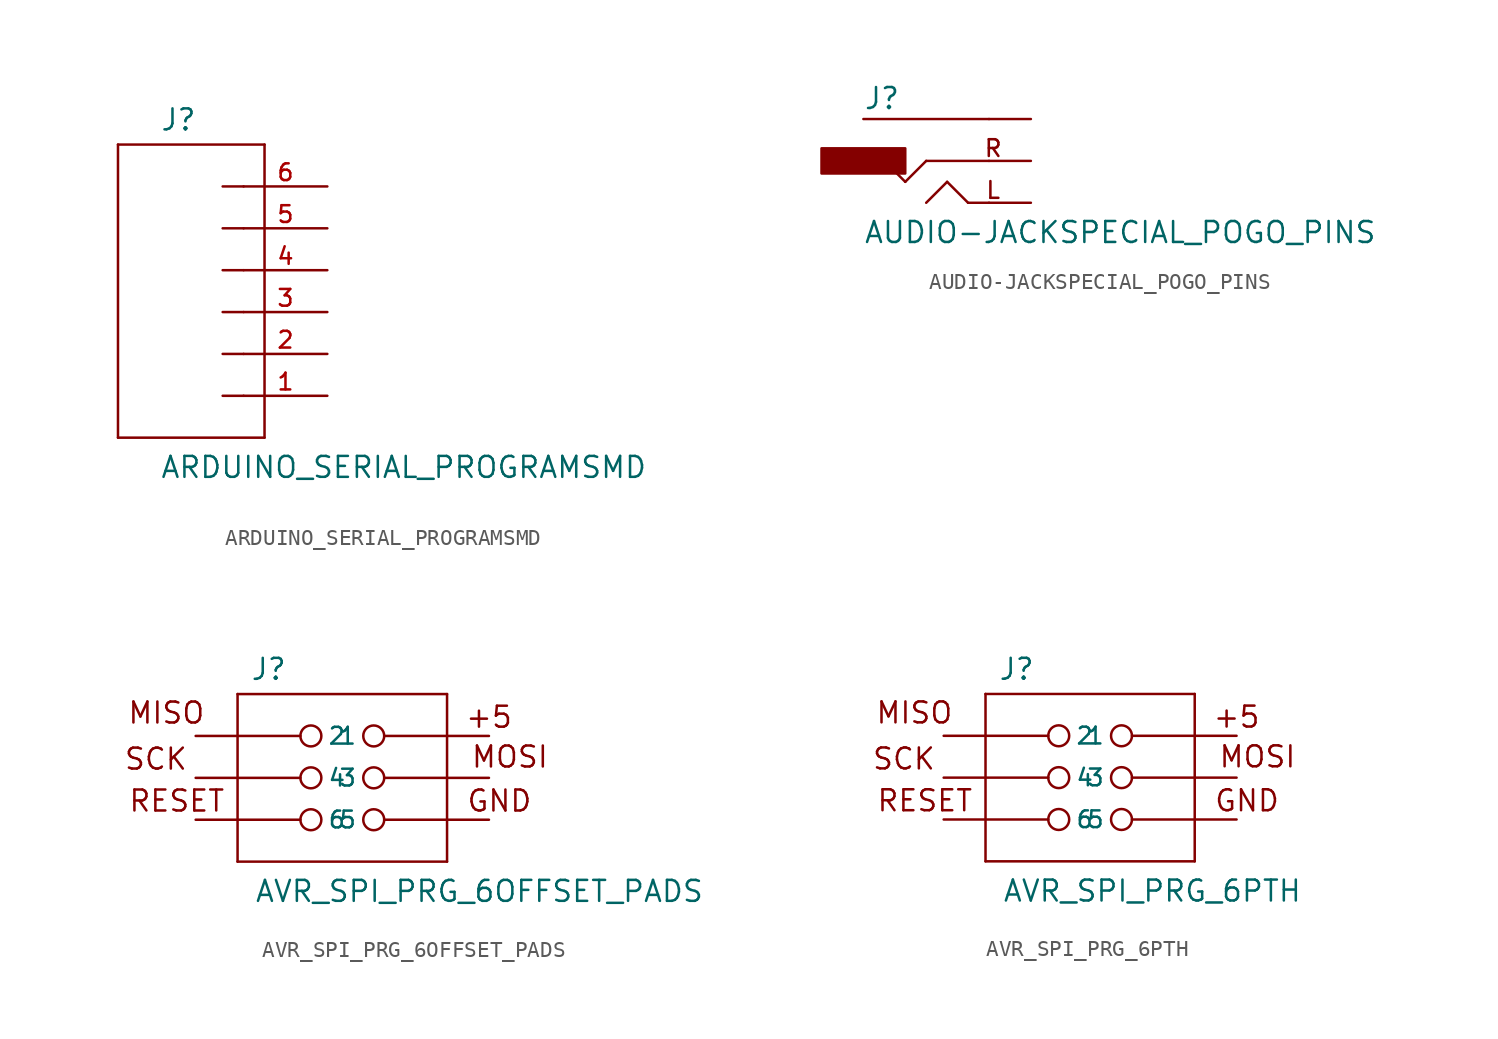
<source format=kicad_sym>
(kicad_symbol_lib
  (version 20211014)
  (generator kicad_symbol_editor)
  (symbol "ARDUINO_SERIAL_PROGRAMSMD"
    (pin_names
      (offset 1.016) hide)
    (property "Reference" "J"
      (at -5.08 10.922 0)
      (effects (font (size 1.27 1.27)) (justify left bottom)))
    (property "Value" "ARDUINO_SERIAL_PROGRAMSMD"
      (at -5.08 -10.16 0)
      (effects (font (size 1.27 1.27)) (justify left bottom)))
    (property "Datasheet" ""
      (at 0 0 0)
      (effects (font (size 1.524 1.524))))
    (property "ki_locked" ""
      (at 0 0 0)
      (effects (font (size 1.27 1.27))))
    (symbol "ARDUINO_SERIAL_PROGRAMSMD_1_0"
      (polyline (pts (xy -7.62 10.16) (xy -7.62 -7.62)) (stroke (width 0) (type default) (color 0 0 0 0)) (fill (type none)))
      (polyline (pts (xy -7.62 10.16) (xy 1.27 10.16)) (stroke (width 0) (type default) (color 0 0 0 0)) (fill (type none)))
      (polyline (pts (xy -1.27 -5.08) (xy 0 -5.08)) (stroke (width 0) (type default) (color 0 0 0 0)) (fill (type none)))
      (polyline (pts (xy -1.27 -2.54) (xy 0 -2.54)) (stroke (width 0) (type default) (color 0 0 0 0)) (fill (type none)))
      (polyline (pts (xy -1.27 0) (xy 0 0)) (stroke (width 0) (type default) (color 0 0 0 0)) (fill (type none)))
      (polyline (pts (xy -1.27 2.54) (xy 0 2.54)) (stroke (width 0) (type default) (color 0 0 0 0)) (fill (type none)))
      (polyline (pts (xy -1.27 5.08) (xy 0 5.08)) (stroke (width 0) (type default) (color 0 0 0 0)) (fill (type none)))
      (polyline (pts (xy -1.27 7.62) (xy 0 7.62)) (stroke (width 0) (type default) (color 0 0 0 0)) (fill (type none)))
      (polyline (pts (xy 1.27 -7.62) (xy -7.62 -7.62)) (stroke (width 0) (type default) (color 0 0 0 0)) (fill (type none)))
      (polyline (pts (xy 1.27 -7.62) (xy 1.27 10.16)) (stroke (width 0) (type default) (color 0 0 0 0)) (fill (type none))))
    (symbol "ARDUINO_SERIAL_PROGRAMSMD_1_1"
      (pin passive line (at 5.08 -5.08 180) (length 5.08) (name "DTR" (effects (font (size 1.016 1.016)))) (number "1" (effects (font (size 1.016 1.016)))))
      (pin passive line (at 5.08 -2.54 180) (length 5.08) (name "RXI" (effects (font (size 1.016 1.016)))) (number "2" (effects (font (size 1.016 1.016)))))
      (pin passive line (at 5.08 0 180) (length 5.08) (name "TXO" (effects (font (size 1.016 1.016)))) (number "3" (effects (font (size 1.016 1.016)))))
      (pin passive line (at 5.08 2.54 180) (length 5.08) (name "VCC" (effects (font (size 1.016 1.016)))) (number "4" (effects (font (size 1.016 1.016)))))
      (pin passive line (at 5.08 5.08 180) (length 5.08) (name "CTS" (effects (font (size 1.016 1.016)))) (number "5" (effects (font (size 1.016 1.016)))))
      (pin passive line (at 5.08 7.62 180) (length 5.08) (name "GND" (effects (font (size 1.016 1.016)))) (number "6" (effects (font (size 1.016 1.016)))))))
  (symbol "AUDIO-JACKSPECIAL_POGO_PINS"
    (pin_numbers hide)
    (pin_names
      (offset 1.016) hide)
    (property "Reference" "J"
      (at -5.08 3.048 0)
      (effects (font (size 1.27 1.27)) (justify left bottom)))
    (property "Value" "AUDIO-JACKSPECIAL_POGO_PINS"
      (at -5.08 -5.08 0)
      (effects (font (size 1.27 1.27)) (justify left bottom)))
    (property "Datasheet" ""
      (at 0 0 0)
      (effects (font (size 1.524 1.524))))
    (property "ki_locked" ""
      (at 0 0 0)
      (effects (font (size 1.27 1.27))))
    (symbol "AUDIO-JACKSPECIAL_POGO_PINS_1_0"
      (polyline (pts (xy -2.54 -1.27) (xy -3.81 0)) (stroke (width 0) (type default) (color 0 0 0 0)) (fill (type none)))
      (polyline (pts (xy -1.27 -2.54) (xy 0 -1.27)) (stroke (width 0) (type default) (color 0 0 0 0)) (fill (type none)))
      (polyline (pts (xy -1.27 0) (xy -2.54 -1.27)) (stroke (width 0) (type default) (color 0 0 0 0)) (fill (type none)))
      (polyline (pts (xy 0 -1.27) (xy 1.27 -2.54)) (stroke (width 0) (type default) (color 0 0 0 0)) (fill (type none)))
      (polyline (pts (xy 1.27 -2.54) (xy 2.54 -2.54)) (stroke (width 0) (type default) (color 0 0 0 0)) (fill (type none)))
      (polyline (pts (xy 2.54 0) (xy -1.27 0)) (stroke (width 0) (type default) (color 0 0 0 0)) (fill (type none)))
      (polyline (pts (xy 2.54 2.54) (xy -5.08 2.54)) (stroke (width 0) (type default) (color 0 0 0 0)) (fill (type none)))
      (text "L" (at 2.794 -1.778 0) (effects (font (size 1.016 1.016))))
      (text "R" (at 2.794 0.762 0) (effects (font (size 1.016 1.016)))))
    (symbol "AUDIO-JACKSPECIAL_POGO_PINS_1_1"
      (rectangle (start -7.62 -0.762) (end -2.54 0.762) (stroke (width 0) (type default) (color 0 0 0 0)) (fill (type outline)))
      (pin bidirectional line (at 5.08 2.54 180) (length 2.54) (name "SLEEVE" (effects (font (size 1.016 1.016)))) (number "RING" (effects (font (size 1.016 1.016)))))
      (pin bidirectional line (at 5.08 -2.54 180) (length 2.54) (name "LEFT" (effects (font (size 1.016 1.016)))) (number "SHIE" (effects (font (size 1.016 1.016)))))
      (pin bidirectional line (at 5.08 0 180) (length 2.54) (name "RIGHT" (effects (font (size 1.016 1.016)))) (number "TIP" (effects (font (size 1.016 1.016)))))))
  (symbol "AVR_SPI_PRG_6OFFSET_PADS"
    (pin_numbers hide)
    (pin_names
      (offset 1.016))
    (property "Reference" "J"
      (at -4.318 5.842 0)
      (effects (font (size 1.27 1.27)) (justify left bottom)))
    (property "Value" "AVR_SPI_PRG_6OFFSET_PADS"
      (at -4.064 -7.62 0)
      (effects (font (size 1.27 1.27)) (justify left bottom)))
    (property "Datasheet" ""
      (at 0 0 0)
      (effects (font (size 1.524 1.524))))
    (property "ki_locked" ""
      (at 0 0 0)
      (effects (font (size 1.27 1.27))))
    (symbol "AVR_SPI_PRG_6OFFSET_PADS_1_0"
      (polyline (pts (xy -5.08 -5.08) (xy 7.62 -5.08)) (stroke (width 0) (type default) (color 0 0 0 0)) (fill (type none)))
      (polyline (pts (xy -5.08 5.08) (xy -5.08 -5.08)) (stroke (width 0) (type default) (color 0 0 0 0)) (fill (type none)))
      (polyline (pts (xy 7.62 -5.08) (xy 7.62 5.08)) (stroke (width 0) (type default) (color 0 0 0 0)) (fill (type none)))
      (polyline (pts (xy 7.62 5.08) (xy -5.08 5.08)) (stroke (width 0) (type default) (color 0 0 0 0)) (fill (type none)))
      (text "+5" (at 10.16 3.683 0) (effects (font (size 1.27 1.27))))
      (text "GND" (at 10.795 -1.397 0) (effects (font (size 1.27 1.27))))
      (text "MISO" (at -9.398 3.937 0) (effects (font (size 1.27 1.27))))
      (text "MOSI" (at 11.43 1.27 0) (effects (font (size 1.27 1.27))))
      (text "RESET" (at -8.763 -1.397 0) (effects (font (size 1.27 1.27))))
      (text "SCK" (at -10.033 1.143 0) (effects (font (size 1.27 1.27)))))
    (symbol "AVR_SPI_PRG_6OFFSET_PADS_1_1"
      (pin passive inverted (at -7.62 2.54 0) (length 7.62) (name "1" (effects (font (size 1.016 1.016)))) (number "1" (effects (font (size 1.016 1.016)))))
      (pin passive inverted (at 10.16 2.54 180) (length 7.62) (name "2" (effects (font (size 1.016 1.016)))) (number "2" (effects (font (size 1.016 1.016)))))
      (pin passive inverted (at -7.62 0 0) (length 7.62) (name "3" (effects (font (size 1.016 1.016)))) (number "3" (effects (font (size 1.016 1.016)))))
      (pin passive inverted (at 10.16 0 180) (length 7.62) (name "4" (effects (font (size 1.016 1.016)))) (number "4" (effects (font (size 1.016 1.016)))))
      (pin passive inverted (at -7.62 -2.54 0) (length 7.62) (name "5" (effects (font (size 1.016 1.016)))) (number "5" (effects (font (size 1.016 1.016)))))
      (pin passive inverted (at 10.16 -2.54 180) (length 7.62) (name "6" (effects (font (size 1.016 1.016)))) (number "6" (effects (font (size 1.016 1.016)))))))
  (symbol "AVR_SPI_PRG_6PTH"
    (pin_numbers hide)
    (pin_names
      (offset 1.016))
    (property "Reference" "J"
      (at -4.318 5.842 0)
      (effects (font (size 1.27 1.27)) (justify left bottom)))
    (property "Value" "AVR_SPI_PRG_6PTH"
      (at -4.064 -7.62 0)
      (effects (font (size 1.27 1.27)) (justify left bottom)))
    (property "Datasheet" ""
      (at 0 0 0)
      (effects (font (size 1.524 1.524))))
    (property "ki_locked" ""
      (at 0 0 0)
      (effects (font (size 1.27 1.27))))
    (symbol "AVR_SPI_PRG_6PTH_1_0"
      (polyline (pts (xy -5.08 -5.08) (xy 7.62 -5.08)) (stroke (width 0) (type default) (color 0 0 0 0)) (fill (type none)))
      (polyline (pts (xy -5.08 5.08) (xy -5.08 -5.08)) (stroke (width 0) (type default) (color 0 0 0 0)) (fill (type none)))
      (polyline (pts (xy 7.62 -5.08) (xy 7.62 5.08)) (stroke (width 0) (type default) (color 0 0 0 0)) (fill (type none)))
      (polyline (pts (xy 7.62 5.08) (xy -5.08 5.08)) (stroke (width 0) (type default) (color 0 0 0 0)) (fill (type none)))
      (text "+5" (at 10.16 3.683 0) (effects (font (size 1.27 1.27))))
      (text "GND" (at 10.795 -1.397 0) (effects (font (size 1.27 1.27))))
      (text "MISO" (at -9.398 3.937 0) (effects (font (size 1.27 1.27))))
      (text "MOSI" (at 11.43 1.27 0) (effects (font (size 1.27 1.27))))
      (text "RESET" (at -8.763 -1.397 0) (effects (font (size 1.27 1.27))))
      (text "SCK" (at -10.033 1.143 0) (effects (font (size 1.27 1.27)))))
    (symbol "AVR_SPI_PRG_6PTH_1_1"
      (pin passive inverted (at -7.62 2.54 0) (length 7.62) (name "1" (effects (font (size 1.016 1.016)))) (number "1" (effects (font (size 1.016 1.016)))))
      (pin passive inverted (at 10.16 2.54 180) (length 7.62) (name "2" (effects (font (size 1.016 1.016)))) (number "2" (effects (font (size 1.016 1.016)))))
      (pin passive inverted (at -7.62 0 0) (length 7.62) (name "3" (effects (font (size 1.016 1.016)))) (number "3" (effects (font (size 1.016 1.016)))))
      (pin passive inverted (at 10.16 0 180) (length 7.62) (name "4" (effects (font (size 1.016 1.016)))) (number "4" (effects (font (size 1.016 1.016)))))
      (pin passive inverted (at -7.62 -2.54 0) (length 7.62) (name "5" (effects (font (size 1.016 1.016)))) (number "5" (effects (font (size 1.016 1.016)))))
      (pin passive inverted (at 10.16 -2.54 180) (length 7.62) (name "6" (effects (font (size 1.016 1.016)))) (number "6" (effects (font (size 1.016 1.016))))))))
</source>
